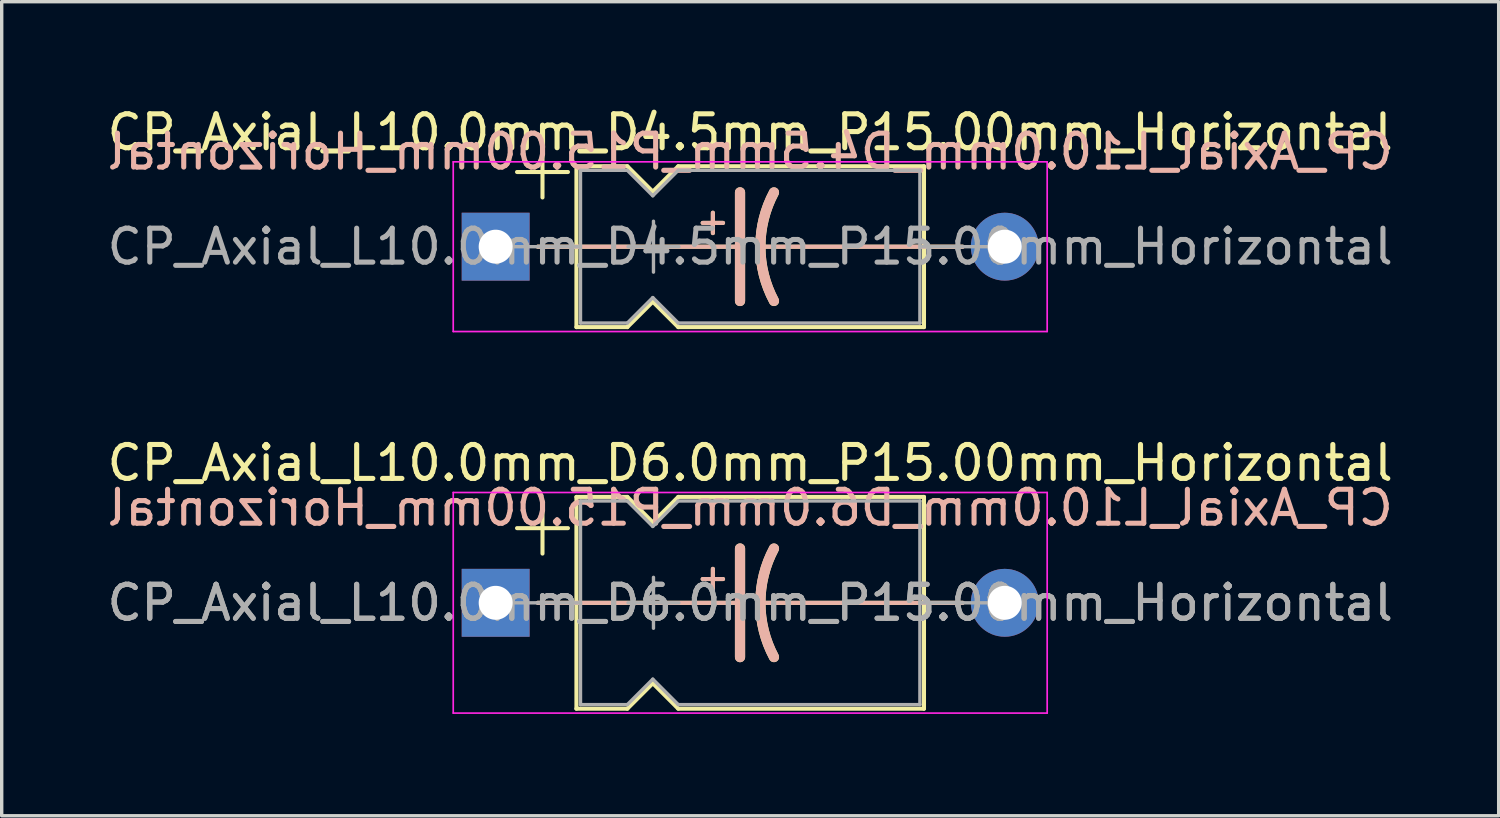
<source format=kicad_pcb>
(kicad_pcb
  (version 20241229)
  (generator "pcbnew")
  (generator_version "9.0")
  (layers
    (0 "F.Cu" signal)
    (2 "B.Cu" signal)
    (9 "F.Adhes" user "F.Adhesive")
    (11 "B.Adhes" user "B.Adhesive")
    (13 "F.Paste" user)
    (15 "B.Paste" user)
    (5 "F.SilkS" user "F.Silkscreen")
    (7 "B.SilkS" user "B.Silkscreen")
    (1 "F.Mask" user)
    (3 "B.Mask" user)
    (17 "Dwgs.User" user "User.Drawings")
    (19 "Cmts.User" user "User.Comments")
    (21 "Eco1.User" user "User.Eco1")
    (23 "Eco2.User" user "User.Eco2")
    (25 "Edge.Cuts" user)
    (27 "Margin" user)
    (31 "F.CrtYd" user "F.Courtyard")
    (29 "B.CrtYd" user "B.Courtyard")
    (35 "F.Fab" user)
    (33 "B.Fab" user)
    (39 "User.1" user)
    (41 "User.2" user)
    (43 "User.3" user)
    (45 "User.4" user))
  (footprint "CP_Axial_L10.0mm_D6.0mm_P15.00mm_Horizontal"
    (layer "F.Cu")
    (at 11.554 14.711)
    (property "Reference" "CP_Axial_L10.0mm_D6.0mm_P15.00mm_Horizontal" (at 7.5 -4.12 0) (layer "F.SilkS") (effects (font (size 1 1) (thickness 0.15))))
    (fp_line (start 0.63 -2.2) (end 2.13 -2.2) (stroke (width 0.12) (type solid)) (layer "F.SilkS"))
    (fp_line (start 1.24 0) (end 2.38 0) (stroke (width 0.12) (type solid)) (layer "F.SilkS"))
    (fp_line (start 1.38 -2.95) (end 1.38 -1.45) (stroke (width 0.12) (type solid)) (layer "F.SilkS"))
    (fp_line (start 2.38 -3.12) (end 2.38 3.12) (stroke (width 0.12) (type solid)) (layer "F.SilkS"))
    (fp_line (start 2.38 -3.12) (end 3.88 -3.12) (stroke (width 0.12) (type solid)) (layer "F.SilkS"))
    (fp_line (start 2.38 0) (end 7.2 0) (stroke (width 0.12) (type solid)) (layer "F.SilkS"))
    (fp_line (start 2.38 3.12) (end 3.88 3.12) (stroke (width 0.12) (type solid)) (layer "F.SilkS"))
    (fp_line (start 3.88 -3.12) (end 4.63 -2.37) (stroke (width 0.12) (type solid)) (layer "F.SilkS"))
    (fp_line (start 3.88 3.12) (end 4.63 2.37) (stroke (width 0.12) (type solid)) (layer "F.SilkS"))
    (fp_line (start 4.63 -2.37) (end 5.38 -3.12) (stroke (width 0.12) (type solid)) (layer "F.SilkS"))
    (fp_line (start 4.63 2.37) (end 5.38 3.12) (stroke (width 0.12) (type solid)) (layer "F.SilkS"))
    (fp_line (start 5.38 -3.12) (end 12.62 -3.12) (stroke (width 0.12) (type solid)) (layer "F.SilkS"))
    (fp_line (start 5.38 3.12) (end 12.62 3.12) (stroke (width 0.12) (type solid)) (layer "F.SilkS"))
    (fp_line (start 6.1 -0.7) (end 6.7 -0.7) (stroke (width 0.12) (type solid)) (layer "F.SilkS"))
    (fp_line (start 6.4 -1) (end 6.4 -0.4) (stroke (width 0.12) (type solid)) (layer "F.SilkS"))
    (fp_line (start 7.2 0) (end 7.2 -1.6) (stroke (width 0.3) (type solid)) (layer "F.SilkS"))
    (fp_line (start 7.2 0) (end 7.2 1.6) (stroke (width 0.3) (type solid)) (layer "F.SilkS"))
    (fp_line (start 12.62 -3.12) (end 12.62 3.12) (stroke (width 0.12) (type solid)) (layer "F.SilkS"))
    (fp_line (start 12.62 0) (end 7.8 0) (stroke (width 0.12) (type solid)) (layer "F.SilkS"))
    (fp_line (start 13.76 0) (end 12.62 0) (stroke (width 0.12) (type solid)) (layer "F.SilkS"))
    (fp_arc (start 7.8 0) (mid 7.901652 -0.822725) (end 8.2 -1.596157) (stroke (width 0.3) (type solid)) (layer "F.SilkS"))
    (fp_arc (start 8.2 1.6) (mid 7.900518 0.82487) (end 7.8 0) (stroke (width 0.3) (type solid)) (layer "F.SilkS"))
    (fp_line (start 1.24 0) (end 2.38 0) (stroke (width 0.12) (type solid)) (layer "B.SilkS"))
    (fp_line (start 2.38 0) (end 7.2 0) (stroke (width 0.12) (type solid)) (layer "B.SilkS"))
    (fp_line (start 6.1 -0.7) (end 6.7 -0.7) (stroke (width 0.12) (type solid)) (layer "B.SilkS"))
    (fp_line (start 6.4 -0.4) (end 6.4 -1) (stroke (width 0.12) (type solid)) (layer "B.SilkS"))
    (fp_line (start 7.2 0) (end 7.2 -1.6) (stroke (width 0.3) (type solid)) (layer "B.SilkS"))
    (fp_line (start 7.2 0) (end 7.2 1.6) (stroke (width 0.3) (type solid)) (layer "B.SilkS"))
    (fp_line (start 12.62 0) (end 7.8 0) (stroke (width 0.12) (type solid)) (layer "B.SilkS"))
    (fp_line (start 13.76 0) (end 12.62 0) (stroke (width 0.12) (type solid)) (layer "B.SilkS"))
    (fp_arc (start 7.8 0) (mid 7.900529 -0.824867) (end 8.2 -1.6) (stroke (width 0.3) (type solid)) (layer "B.SilkS"))
    (fp_arc (start 8.2 1.596157) (mid 7.901652 0.822725) (end 7.8 0) (stroke (width 0.3) (type solid)) (layer "B.SilkS"))
    (fp_line (start -1.25 -3.25) (end -1.25 3.25) (stroke (width 0.05) (type solid)) (layer "F.CrtYd"))
    (fp_line (start -1.25 3.25) (end 16.25 3.25) (stroke (width 0.05) (type solid)) (layer "F.CrtYd"))
    (fp_line (start 16.25 -3.25) (end -1.25 -3.25) (stroke (width 0.05) (type solid)) (layer "F.CrtYd"))
    (fp_line (start 16.25 3.25) (end 16.25 -3.25) (stroke (width 0.05) (type solid)) (layer "F.CrtYd"))
    (fp_line (start 0 0) (end 2.5 0) (stroke (width 0.1) (type solid)) (layer "F.Fab"))
    (fp_line (start 2.5 -3) (end 2.5 3) (stroke (width 0.1) (type solid)) (layer "F.Fab"))
    (fp_line (start 2.5 -3) (end 3.88 -3) (stroke (width 0.1) (type solid)) (layer "F.Fab"))
    (fp_line (start 2.5 3) (end 3.88 3) (stroke (width 0.1) (type solid)) (layer "F.Fab"))
    (fp_line (start 3.88 -3) (end 4.63 -2.25) (stroke (width 0.1) (type solid)) (layer "F.Fab"))
    (fp_line (start 3.88 3) (end 4.63 2.25) (stroke (width 0.1) (type solid)) (layer "F.Fab"))
    (fp_line (start 3.9 0) (end 5.4 0) (stroke (width 0.1) (type solid)) (layer "F.Fab"))
    (fp_line (start 4.63 -2.25) (end 5.38 -3) (stroke (width 0.1) (type solid)) (layer "F.Fab"))
    (fp_line (start 4.63 2.25) (end 5.38 3) (stroke (width 0.1) (type solid)) (layer "F.Fab"))
    (fp_line (start 4.65 -0.75) (end 4.65 0.75) (stroke (width 0.1) (type solid)) (layer "F.Fab"))
    (fp_line (start 5.38 -3) (end 12.5 -3) (stroke (width 0.1) (type solid)) (layer "F.Fab"))
    (fp_line (start 5.38 3) (end 12.5 3) (stroke (width 0.1) (type solid)) (layer "F.Fab"))
    (fp_line (start 12.5 -3) (end 12.5 3) (stroke (width 0.1) (type solid)) (layer "F.Fab"))
    (fp_line (start 15 0) (end 12.5 0) (stroke (width 0.1) (type solid)) (layer "F.Fab"))
    (fp_text user "${REFERENCE}" (at 7.5 -2.8 0) (layer "B.SilkS") (effects (font (size 1 1) (thickness 0.15)) (justify mirror)))
    (fp_text user "${REFERENCE}" (at 7.5 0 0) (layer "F.Fab") (effects (font (size 1 1) (thickness 0.15))))
    (fp_text user "${REFERENCE}" (at 7.5 0 0) (layer "F.Fab") (effects (font (size 1 1) (thickness 0.15))))
    (pad "1" thru_hole rect (at 0 0) (size 2 2) (drill 1) (layers "*.Cu" "*.Mask"))
    (pad "2" thru_hole oval (at 15 0) (size 2 2) (drill 1) (layers "*.Cu" "*.Mask")))
  (footprint "CP_Axial_L10.0mm_D4.5mm_P15.00mm_Horizontal"
    (layer "F.Cu")
    (at 11.554 4.218)
    (property "Reference" "CP_Axial_L10.0mm_D4.5mm_P15.00mm_Horizontal" (at 7.5 -3.37 0) (layer "F.SilkS") (effects (font (size 1 1) (thickness 0.15))))
    (attr through_hole)
    (fp_line (start 0.63 -2.2) (end 2.13 -2.2) (stroke (width 0.12) (type solid)) (layer "F.SilkS"))
    (fp_line (start 1.24 0) (end 2.38 0) (stroke (width 0.12) (type solid)) (layer "F.SilkS"))
    (fp_line (start 1.38 -2.95) (end 1.38 -1.45) (stroke (width 0.12) (type solid)) (layer "F.SilkS"))
    (fp_line (start 2.38 -2.37) (end 2.38 2.37) (stroke (width 0.12) (type solid)) (layer "F.SilkS"))
    (fp_line (start 2.38 -2.37) (end 3.88 -2.37) (stroke (width 0.12) (type solid)) (layer "F.SilkS"))
    (fp_line (start 2.38 0) (end 7.2 0) (stroke (width 0.12) (type solid)) (layer "F.SilkS"))
    (fp_line (start 2.38 2.37) (end 3.88 2.37) (stroke (width 0.12) (type solid)) (layer "F.SilkS"))
    (fp_line (start 3.88 -2.37) (end 4.63 -1.62) (stroke (width 0.12) (type solid)) (layer "F.SilkS"))
    (fp_line (start 3.88 2.37) (end 4.63 1.62) (stroke (width 0.12) (type solid)) (layer "F.SilkS"))
    (fp_line (start 4.63 -1.62) (end 5.38 -2.37) (stroke (width 0.12) (type solid)) (layer "F.SilkS"))
    (fp_line (start 4.63 1.62) (end 5.38 2.37) (stroke (width 0.12) (type solid)) (layer "F.SilkS"))
    (fp_line (start 5.38 -2.37) (end 12.62 -2.37) (stroke (width 0.12) (type solid)) (layer "F.SilkS"))
    (fp_line (start 5.38 2.37) (end 12.62 2.37) (stroke (width 0.12) (type solid)) (layer "F.SilkS"))
    (fp_line (start 6.1 -0.7) (end 6.7 -0.7) (stroke (width 0.12) (type solid)) (layer "F.SilkS"))
    (fp_line (start 6.4 -1) (end 6.4 -0.4) (stroke (width 0.12) (type solid)) (layer "F.SilkS"))
    (fp_line (start 7.2 0) (end 7.2 -1.6) (stroke (width 0.3) (type solid)) (layer "F.SilkS"))
    (fp_line (start 7.2 0) (end 7.2 1.6) (stroke (width 0.3) (type solid)) (layer "F.SilkS"))
    (fp_line (start 12.62 -2.37) (end 12.62 2.37) (stroke (width 0.12) (type solid)) (layer "F.SilkS"))
    (fp_line (start 12.62 0) (end 7.8 0) (stroke (width 0.12) (type solid)) (layer "F.SilkS"))
    (fp_line (start 13.76 0) (end 12.62 0) (stroke (width 0.12) (type solid)) (layer "F.SilkS"))
    (fp_arc (start 7.8 0) (mid 7.901652 -0.822725) (end 8.2 -1.596157) (stroke (width 0.3) (type solid)) (layer "F.SilkS"))
    (fp_arc (start 8.2 1.6) (mid 7.900518 0.82487) (end 7.8 0) (stroke (width 0.3) (type solid)) (layer "F.SilkS"))
    (fp_line (start 1.24 0) (end 2.38 0) (stroke (width 0.12) (type solid)) (layer "B.SilkS"))
    (fp_line (start 2.38 0) (end 7.2 0) (stroke (width 0.12) (type solid)) (layer "B.SilkS"))
    (fp_line (start 6.1 -0.7) (end 6.7 -0.7) (stroke (width 0.12) (type solid)) (layer "B.SilkS"))
    (fp_line (start 6.4 -0.4) (end 6.4 -1) (stroke (width 0.12) (type solid)) (layer "B.SilkS"))
    (fp_line (start 7.2 0) (end 7.2 -1.6) (stroke (width 0.3) (type solid)) (layer "B.SilkS"))
    (fp_line (start 7.2 0) (end 7.2 1.6) (stroke (width 0.3) (type solid)) (layer "B.SilkS"))
    (fp_line (start 12.62 0) (end 7.8 0) (stroke (width 0.12) (type solid)) (layer "B.SilkS"))
    (fp_line (start 13.76 0) (end 12.62 0) (stroke (width 0.12) (type solid)) (layer "B.SilkS"))
    (fp_arc (start 7.8 0) (mid 7.900529 -0.824867) (end 8.2 -1.6) (stroke (width 0.3) (type solid)) (layer "B.SilkS"))
    (fp_arc (start 8.2 1.596157) (mid 7.901652 0.822725) (end 7.8 0) (stroke (width 0.3) (type solid)) (layer "B.SilkS"))
    (fp_line (start -1.25 -2.5) (end -1.25 2.5) (stroke (width 0.05) (type solid)) (layer "F.CrtYd"))
    (fp_line (start -1.25 2.5) (end 16.25 2.5) (stroke (width 0.05) (type solid)) (layer "F.CrtYd"))
    (fp_line (start 16.25 -2.5) (end -1.25 -2.5) (stroke (width 0.05) (type solid)) (layer "F.CrtYd"))
    (fp_line (start 16.25 2.5) (end 16.25 -2.5) (stroke (width 0.05) (type solid)) (layer "F.CrtYd"))
    (fp_line (start 0 0) (end 2.5 0) (stroke (width 0.1) (type solid)) (layer "F.Fab"))
    (fp_line (start 2.5 -2.25) (end 2.5 2.25) (stroke (width 0.1) (type solid)) (layer "F.Fab"))
    (fp_line (start 2.5 -2.25) (end 3.88 -2.25) (stroke (width 0.1) (type solid)) (layer "F.Fab"))
    (fp_line (start 2.5 2.25) (end 3.88 2.25) (stroke (width 0.1) (type solid)) (layer "F.Fab"))
    (fp_line (start 3.88 -2.25) (end 4.63 -1.5) (stroke (width 0.1) (type solid)) (layer "F.Fab"))
    (fp_line (start 3.88 2.25) (end 4.63 1.5) (stroke (width 0.1) (type solid)) (layer "F.Fab"))
    (fp_line (start 3.9 0) (end 5.4 0) (stroke (width 0.1) (type solid)) (layer "F.Fab"))
    (fp_line (start 4.63 -1.5) (end 5.38 -2.25) (stroke (width 0.1) (type solid)) (layer "F.Fab"))
    (fp_line (start 4.63 1.5) (end 5.38 2.25) (stroke (width 0.1) (type solid)) (layer "F.Fab"))
    (fp_line (start 4.65 -0.75) (end 4.65 0.75) (stroke (width 0.1) (type solid)) (layer "F.Fab"))
    (fp_line (start 5.38 -2.25) (end 12.5 -2.25) (stroke (width 0.1) (type solid)) (layer "F.Fab"))
    (fp_line (start 5.38 2.25) (end 12.5 2.25) (stroke (width 0.1) (type solid)) (layer "F.Fab"))
    (fp_line (start 12.5 -2.25) (end 12.5 2.25) (stroke (width 0.1) (type solid)) (layer "F.Fab"))
    (fp_line (start 15 0) (end 12.5 0) (stroke (width 0.1) (type solid)) (layer "F.Fab"))
    (fp_text user "${REFERENCE}" (at 7.5 -2.8 0) (layer "B.SilkS") (effects (font (size 1 1) (thickness 0.15)) (justify mirror)))
    (fp_text user "${REFERENCE}" (at 7.5 0 0) (layer "F.Fab") (effects (font (size 1 1) (thickness 0.15))))
    (pad "1" thru_hole rect (at 0 0) (size 2 2) (drill 1) (layers "*.Cu" "*.Mask"))
    (pad "2" thru_hole oval (at 15 0) (size 2 2) (drill 1) (layers "*.Cu" "*.Mask")))
  (gr_rect
    (start -3 -3)
    (end 41.107 20.986)
    (stroke (width 0.1) (type default))
    (fill no)
    (layer "Edge.Cuts")))
</source>
